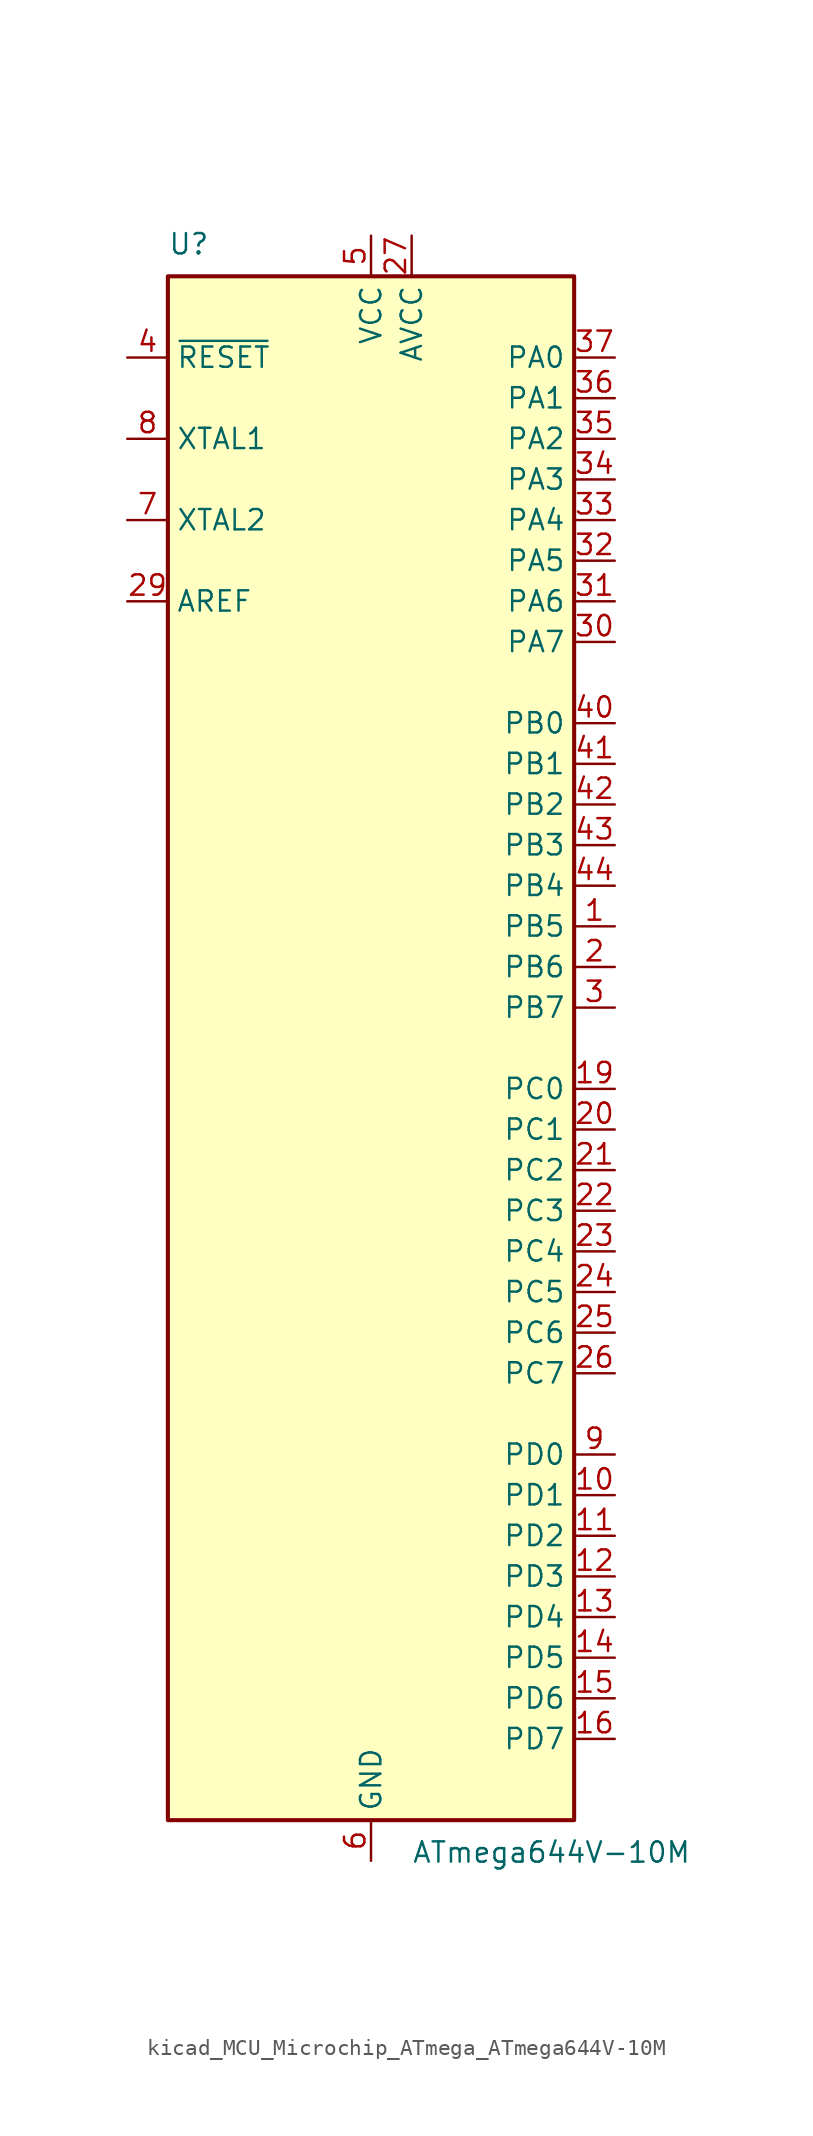
<source format=kicad_sym>
(kicad_symbol_lib
  (version 20220914)
  (generator kicad_symbol_editor)
  (symbol "kicad_MCU_Microchip_ATmega_ATmega644V-10M"
    (property "Reference" "U"
      (at -12.7 49.53 0)
      (effects (font (size 1.27 1.27)) (justify left bottom)))
    (property "Value" "ATmega644V-10M"
      (at 2.54 -49.53 0)
      (effects (font (size 1.27 1.27)) (justify left top)))
    (symbol "kicad_MCU_Microchip_ATmega_ATmega644V-10M_0_1"
      (rectangle (start -12.7 -48.26) (end 12.7 48.26) (stroke (width 0.254) (type default)) (fill (type background))))
    (symbol "kicad_MCU_Microchip_ATmega_ATmega644V-10M_1_1"
      (pin bidirectional line (at 15.24 7.62 180) (length 2.54) (name "PB5" (effects (font (size 1.27 1.27)))) (number "1" (effects (font (size 1.27 1.27)))))
      (pin bidirectional line (at 15.24 -27.94 180) (length 2.54) (name "PD1" (effects (font (size 1.27 1.27)))) (number "10" (effects (font (size 1.27 1.27)))))
      (pin bidirectional line (at 15.24 -30.48 180) (length 2.54) (name "PD2" (effects (font (size 1.27 1.27)))) (number "11" (effects (font (size 1.27 1.27)))))
      (pin bidirectional line (at 15.24 -33.02 180) (length 2.54) (name "PD3" (effects (font (size 1.27 1.27)))) (number "12" (effects (font (size 1.27 1.27)))))
      (pin bidirectional line (at 15.24 -35.56 180) (length 2.54) (name "PD4" (effects (font (size 1.27 1.27)))) (number "13" (effects (font (size 1.27 1.27)))))
      (pin bidirectional line (at 15.24 -38.1 180) (length 2.54) (name "PD5" (effects (font (size 1.27 1.27)))) (number "14" (effects (font (size 1.27 1.27)))))
      (pin bidirectional line (at 15.24 -40.64 180) (length 2.54) (name "PD6" (effects (font (size 1.27 1.27)))) (number "15" (effects (font (size 1.27 1.27)))))
      (pin bidirectional line (at 15.24 -43.18 180) (length 2.54) (name "PD7" (effects (font (size 1.27 1.27)))) (number "16" (effects (font (size 1.27 1.27)))))
      (pin passive line (at 0 50.8 270) (length 2.54) hide (name "VCC" (effects (font (size 1.27 1.27)))) (number "17" (effects (font (size 1.27 1.27)))))
      (pin passive line (at 0 -50.8 90) (length 2.54) hide (name "GND" (effects (font (size 1.27 1.27)))) (number "18" (effects (font (size 1.27 1.27)))))
      (pin bidirectional line (at 15.24 -2.54 180) (length 2.54) (name "PC0" (effects (font (size 1.27 1.27)))) (number "19" (effects (font (size 1.27 1.27)))))
      (pin bidirectional line (at 15.24 5.08 180) (length 2.54) (name "PB6" (effects (font (size 1.27 1.27)))) (number "2" (effects (font (size 1.27 1.27)))))
      (pin bidirectional line (at 15.24 -5.08 180) (length 2.54) (name "PC1" (effects (font (size 1.27 1.27)))) (number "20" (effects (font (size 1.27 1.27)))))
      (pin bidirectional line (at 15.24 -7.62 180) (length 2.54) (name "PC2" (effects (font (size 1.27 1.27)))) (number "21" (effects (font (size 1.27 1.27)))))
      (pin bidirectional line (at 15.24 -10.16 180) (length 2.54) (name "PC3" (effects (font (size 1.27 1.27)))) (number "22" (effects (font (size 1.27 1.27)))))
      (pin bidirectional line (at 15.24 -12.7 180) (length 2.54) (name "PC4" (effects (font (size 1.27 1.27)))) (number "23" (effects (font (size 1.27 1.27)))))
      (pin bidirectional line (at 15.24 -15.24 180) (length 2.54) (name "PC5" (effects (font (size 1.27 1.27)))) (number "24" (effects (font (size 1.27 1.27)))))
      (pin bidirectional line (at 15.24 -17.78 180) (length 2.54) (name "PC6" (effects (font (size 1.27 1.27)))) (number "25" (effects (font (size 1.27 1.27)))))
      (pin bidirectional line (at 15.24 -20.32 180) (length 2.54) (name "PC7" (effects (font (size 1.27 1.27)))) (number "26" (effects (font (size 1.27 1.27)))))
      (pin power_in line (at 2.54 50.8 270) (length 2.54) (name "AVCC" (effects (font (size 1.27 1.27)))) (number "27" (effects (font (size 1.27 1.27)))))
      (pin passive line (at 0 -50.8 90) (length 2.54) hide (name "GND" (effects (font (size 1.27 1.27)))) (number "28" (effects (font (size 1.27 1.27)))))
      (pin passive line (at -15.24 27.94 0) (length 2.54) (name "AREF" (effects (font (size 1.27 1.27)))) (number "29" (effects (font (size 1.27 1.27)))))
      (pin bidirectional line (at 15.24 2.54 180) (length 2.54) (name "PB7" (effects (font (size 1.27 1.27)))) (number "3" (effects (font (size 1.27 1.27)))))
      (pin bidirectional line (at 15.24 25.4 180) (length 2.54) (name "PA7" (effects (font (size 1.27 1.27)))) (number "30" (effects (font (size 1.27 1.27)))))
      (pin bidirectional line (at 15.24 27.94 180) (length 2.54) (name "PA6" (effects (font (size 1.27 1.27)))) (number "31" (effects (font (size 1.27 1.27)))))
      (pin bidirectional line (at 15.24 30.48 180) (length 2.54) (name "PA5" (effects (font (size 1.27 1.27)))) (number "32" (effects (font (size 1.27 1.27)))))
      (pin bidirectional line (at 15.24 33.02 180) (length 2.54) (name "PA4" (effects (font (size 1.27 1.27)))) (number "33" (effects (font (size 1.27 1.27)))))
      (pin bidirectional line (at 15.24 35.56 180) (length 2.54) (name "PA3" (effects (font (size 1.27 1.27)))) (number "34" (effects (font (size 1.27 1.27)))))
      (pin bidirectional line (at 15.24 38.1 180) (length 2.54) (name "PA2" (effects (font (size 1.27 1.27)))) (number "35" (effects (font (size 1.27 1.27)))))
      (pin bidirectional line (at 15.24 40.64 180) (length 2.54) (name "PA1" (effects (font (size 1.27 1.27)))) (number "36" (effects (font (size 1.27 1.27)))))
      (pin bidirectional line (at 15.24 43.18 180) (length 2.54) (name "PA0" (effects (font (size 1.27 1.27)))) (number "37" (effects (font (size 1.27 1.27)))))
      (pin passive line (at 0 50.8 270) (length 2.54) hide (name "VCC" (effects (font (size 1.27 1.27)))) (number "38" (effects (font (size 1.27 1.27)))))
      (pin passive line (at 0 -50.8 90) (length 2.54) hide (name "GND" (effects (font (size 1.27 1.27)))) (number "39" (effects (font (size 1.27 1.27)))))
      (pin input line (at -15.24 43.18 0) (length 2.54) (name "~{RESET}" (effects (font (size 1.27 1.27)))) (number "4" (effects (font (size 1.27 1.27)))))
      (pin bidirectional line (at 15.24 20.32 180) (length 2.54) (name "PB0" (effects (font (size 1.27 1.27)))) (number "40" (effects (font (size 1.27 1.27)))))
      (pin bidirectional line (at 15.24 17.78 180) (length 2.54) (name "PB1" (effects (font (size 1.27 1.27)))) (number "41" (effects (font (size 1.27 1.27)))))
      (pin bidirectional line (at 15.24 15.24 180) (length 2.54) (name "PB2" (effects (font (size 1.27 1.27)))) (number "42" (effects (font (size 1.27 1.27)))))
      (pin bidirectional line (at 15.24 12.7 180) (length 2.54) (name "PB3" (effects (font (size 1.27 1.27)))) (number "43" (effects (font (size 1.27 1.27)))))
      (pin bidirectional line (at 15.24 10.16 180) (length 2.54) (name "PB4" (effects (font (size 1.27 1.27)))) (number "44" (effects (font (size 1.27 1.27)))))
      (pin passive line (at 0 -50.8 90) (length 2.54) hide (name "GND" (effects (font (size 1.27 1.27)))) (number "45" (effects (font (size 1.27 1.27)))))
      (pin power_in line (at 0 50.8 270) (length 2.54) (name "VCC" (effects (font (size 1.27 1.27)))) (number "5" (effects (font (size 1.27 1.27)))))
      (pin power_in line (at 0 -50.8 90) (length 2.54) (name "GND" (effects (font (size 1.27 1.27)))) (number "6" (effects (font (size 1.27 1.27)))))
      (pin output line (at -15.24 33.02 0) (length 2.54) (name "XTAL2" (effects (font (size 1.27 1.27)))) (number "7" (effects (font (size 1.27 1.27)))))
      (pin input line (at -15.24 38.1 0) (length 2.54) (name "XTAL1" (effects (font (size 1.27 1.27)))) (number "8" (effects (font (size 1.27 1.27)))))
      (pin bidirectional line (at 15.24 -25.4 180) (length 2.54) (name "PD0" (effects (font (size 1.27 1.27)))) (number "9" (effects (font (size 1.27 1.27))))))))
</source>
